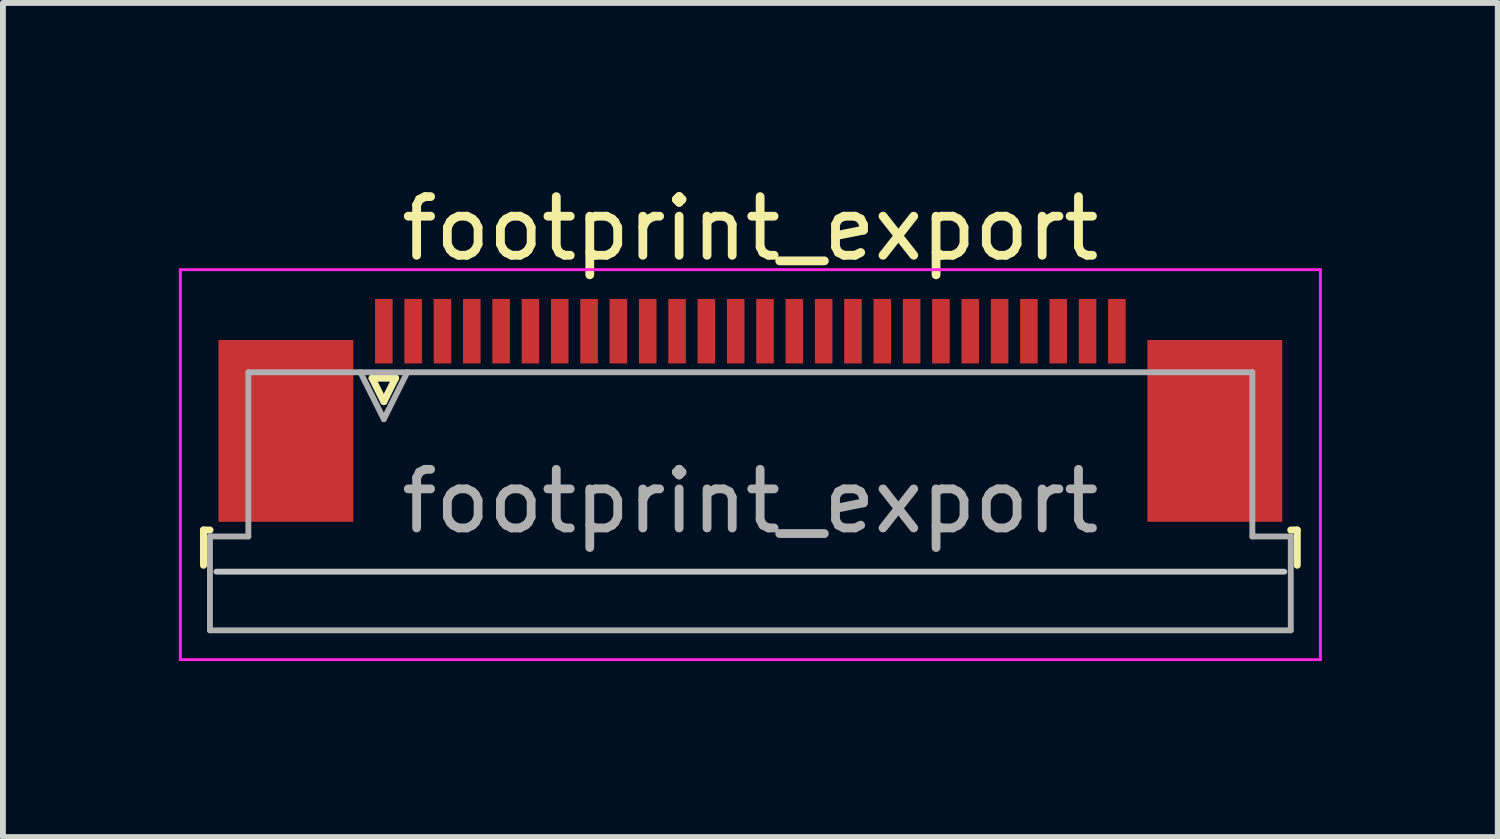
<source format=kicad_pcb>
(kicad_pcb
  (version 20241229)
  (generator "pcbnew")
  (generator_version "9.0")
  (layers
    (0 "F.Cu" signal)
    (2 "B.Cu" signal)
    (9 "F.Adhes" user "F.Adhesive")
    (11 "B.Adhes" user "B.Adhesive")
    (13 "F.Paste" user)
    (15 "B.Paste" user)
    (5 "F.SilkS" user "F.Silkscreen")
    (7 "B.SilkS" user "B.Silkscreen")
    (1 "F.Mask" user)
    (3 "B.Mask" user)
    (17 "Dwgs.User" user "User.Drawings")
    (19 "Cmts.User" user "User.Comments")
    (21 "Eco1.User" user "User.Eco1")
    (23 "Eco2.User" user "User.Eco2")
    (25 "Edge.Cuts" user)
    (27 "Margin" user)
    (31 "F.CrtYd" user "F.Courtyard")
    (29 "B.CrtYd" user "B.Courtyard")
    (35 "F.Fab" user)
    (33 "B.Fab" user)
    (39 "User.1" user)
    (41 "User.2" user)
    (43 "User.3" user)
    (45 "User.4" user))
  (footprint "footprint_export"
    (layer "F.Cu")
    (at 9.745 3.948)
    (property "Reference" "footprint_export" (at 0 -3.1 0) (layer "F.SilkS") (effects (font (size 1 1) (thickness 0.15))))
    (attr smd)
    (fp_line (start -9.325 2.04) (end -9.325 2.64) (stroke (width 0.12) (type solid)) (layer "F.SilkS"))
    (fp_line (start -9.215 2.04) (end -9.325 2.04) (stroke (width 0.12) (type solid)) (layer "F.SilkS"))
    (fp_line (start -6.45 -0.55) (end -6.25 -0.15) (stroke (width 0.12) (type solid)) (layer "F.SilkS"))
    (fp_line (start -6.25 -0.15) (end -6.05 -0.55) (stroke (width 0.12) (type solid)) (layer "F.SilkS"))
    (fp_line (start -6.05 -0.55) (end -6.45 -0.55) (stroke (width 0.12) (type solid)) (layer "F.SilkS"))
    (fp_line (start 9.215 2.04) (end 9.325 2.04) (stroke (width 0.12) (type solid)) (layer "F.SilkS"))
    (fp_line (start 9.325 2.04) (end 9.325 2.64) (stroke (width 0.12) (type solid)) (layer "F.SilkS"))
    (fp_line (start 9.105 2.75) (end -9.105 2.75) (stroke (width 0.1) (type solid)) (layer "Dwgs.User"))
    (fp_line (start -9.72 -2.4) (end -9.72 4.25) (stroke (width 0.05) (type solid)) (layer "F.CrtYd"))
    (fp_line (start -9.72 4.25) (end 9.72 4.25) (stroke (width 0.05) (type solid)) (layer "F.CrtYd"))
    (fp_line (start 9.72 -2.4) (end -9.72 -2.4) (stroke (width 0.05) (type solid)) (layer "F.CrtYd"))
    (fp_line (start 9.72 4.25) (end 9.72 -2.4) (stroke (width 0.05) (type solid)) (layer "F.CrtYd"))
    (fp_line (start -9.215 2.15) (end -8.56 2.15) (stroke (width 0.1) (type solid)) (layer "F.Fab"))
    (fp_line (start -9.215 3.75) (end -9.215 2.15) (stroke (width 0.1) (type solid)) (layer "F.Fab"))
    (fp_line (start -8.56 -0.65) (end 8.56 -0.65) (stroke (width 0.1) (type solid)) (layer "F.Fab"))
    (fp_line (start -8.56 2.15) (end -8.56 -0.65) (stroke (width 0.1) (type solid)) (layer "F.Fab"))
    (fp_line (start -6.65 -0.65) (end -6.25 0.15) (stroke (width 0.1) (type solid)) (layer "F.Fab"))
    (fp_line (start -6.25 0.15) (end -5.85 -0.65) (stroke (width 0.1) (type solid)) (layer "F.Fab"))
    (fp_line (start 8.56 -0.65) (end 8.56 2.15) (stroke (width 0.1) (type solid)) (layer "F.Fab"))
    (fp_line (start 8.56 2.15) (end 9.215 2.15) (stroke (width 0.1) (type solid)) (layer "F.Fab"))
    (fp_line (start 9.215 2.15) (end 9.215 3.75) (stroke (width 0.1) (type solid)) (layer "F.Fab"))
    (fp_line (start 9.215 3.75) (end -9.215 3.75) (stroke (width 0.1) (type solid)) (layer "F.Fab"))
    (fp_text user "${REFERENCE}" (at 0 1.55 0) (layer "F.Fab") (effects (font (size 1 1) (thickness 0.15))))
    (pad "1" smd rect (at -6.25 -1.35) (size 0.3 1.1) (layers "F.Cu" "F.Mask" "F.Paste"))
    (pad "2" smd rect (at -5.75 -1.35) (size 0.3 1.1) (layers "F.Cu" "F.Mask" "F.Paste"))
    (pad "3" smd rect (at -5.25 -1.35) (size 0.3 1.1) (layers "F.Cu" "F.Mask" "F.Paste"))
    (pad "4" smd rect (at -4.75 -1.35) (size 0.3 1.1) (layers "F.Cu" "F.Mask" "F.Paste"))
    (pad "5" smd rect (at -4.25 -1.35) (size 0.3 1.1) (layers "F.Cu" "F.Mask" "F.Paste"))
    (pad "6" smd rect (at -3.75 -1.35) (size 0.3 1.1) (layers "F.Cu" "F.Mask" "F.Paste"))
    (pad "7" smd rect (at -3.25 -1.35) (size 0.3 1.1) (layers "F.Cu" "F.Mask" "F.Paste"))
    (pad "8" smd rect (at -2.75 -1.35) (size 0.3 1.1) (layers "F.Cu" "F.Mask" "F.Paste"))
    (pad "9" smd rect (at -2.25 -1.35) (size 0.3 1.1) (layers "F.Cu" "F.Mask" "F.Paste"))
    (pad "10" smd rect (at -1.75 -1.35) (size 0.3 1.1) (layers "F.Cu" "F.Mask" "F.Paste"))
    (pad "11" smd rect (at -1.25 -1.35) (size 0.3 1.1) (layers "F.Cu" "F.Mask" "F.Paste"))
    (pad "12" smd rect (at -0.75 -1.35) (size 0.3 1.1) (layers "F.Cu" "F.Mask" "F.Paste"))
    (pad "13" smd rect (at -0.25 -1.35) (size 0.3 1.1) (layers "F.Cu" "F.Mask" "F.Paste"))
    (pad "14" smd rect (at 0.25 -1.35) (size 0.3 1.1) (layers "F.Cu" "F.Mask" "F.Paste"))
    (pad "15" smd rect (at 0.75 -1.35) (size 0.3 1.1) (layers "F.Cu" "F.Mask" "F.Paste"))
    (pad "16" smd rect (at 1.25 -1.35) (size 0.3 1.1) (layers "F.Cu" "F.Mask" "F.Paste"))
    (pad "17" smd rect (at 1.75 -1.35) (size 0.3 1.1) (layers "F.Cu" "F.Mask" "F.Paste"))
    (pad "18" smd rect (at 2.25 -1.35) (size 0.3 1.1) (layers "F.Cu" "F.Mask" "F.Paste"))
    (pad "19" smd rect (at 2.75 -1.35) (size 0.3 1.1) (layers "F.Cu" "F.Mask" "F.Paste"))
    (pad "20" smd rect (at 3.25 -1.35) (size 0.3 1.1) (layers "F.Cu" "F.Mask" "F.Paste"))
    (pad "21" smd rect (at 3.75 -1.35) (size 0.3 1.1) (layers "F.Cu" "F.Mask" "F.Paste"))
    (pad "22" smd rect (at 4.25 -1.35) (size 0.3 1.1) (layers "F.Cu" "F.Mask" "F.Paste"))
    (pad "23" smd rect (at 4.75 -1.35) (size 0.3 1.1) (layers "F.Cu" "F.Mask" "F.Paste"))
    (pad "24" smd rect (at 5.25 -1.35) (size 0.3 1.1) (layers "F.Cu" "F.Mask" "F.Paste"))
    (pad "25" smd rect (at 5.75 -1.35) (size 0.3 1.1) (layers "F.Cu" "F.Mask" "F.Paste"))
    (pad "26" smd rect (at 6.25 -1.35) (size 0.3 1.1) (layers "F.Cu" "F.Mask" "F.Paste"))
    (pad "MP" smd rect (at -7.92 0.35) (size 2.3 3.1) (layers "F.Cu" "F.Mask" "F.Paste"))
    (pad "MP" smd rect (at 7.92 0.35) (size 2.3 3.1) (layers "F.Cu" "F.Mask" "F.Paste")))
  (gr_rect
    (start -3 -3)
    (end 22.49 11.223)
    (stroke (width 0.1) (type default))
    (fill no)
    (layer "Edge.Cuts")))
</source>
